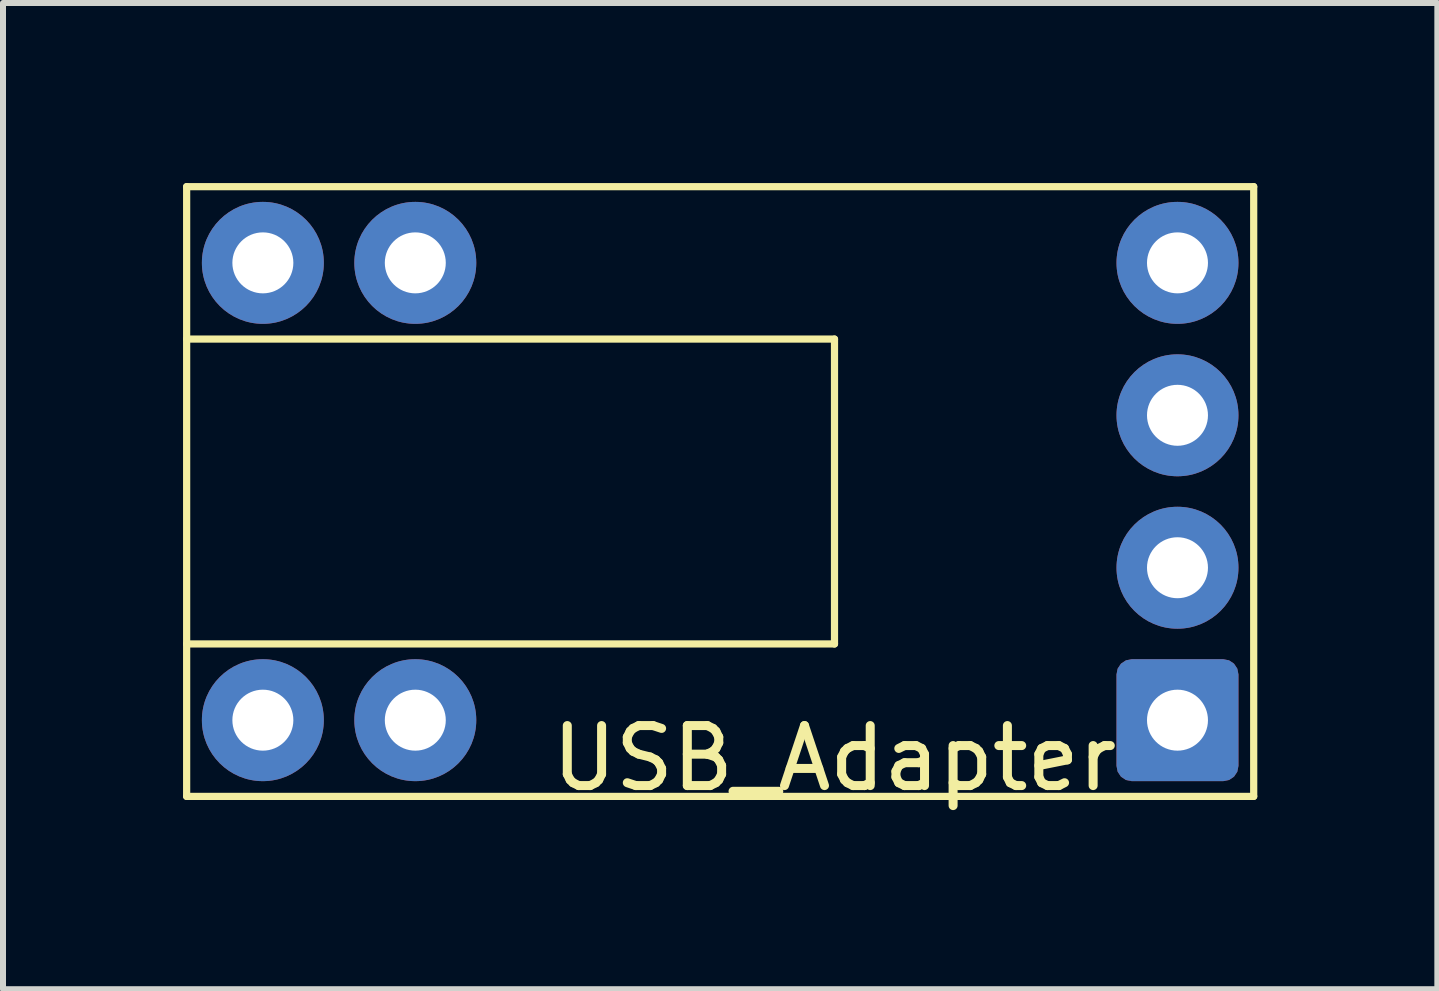
<source format=kicad_pcb>
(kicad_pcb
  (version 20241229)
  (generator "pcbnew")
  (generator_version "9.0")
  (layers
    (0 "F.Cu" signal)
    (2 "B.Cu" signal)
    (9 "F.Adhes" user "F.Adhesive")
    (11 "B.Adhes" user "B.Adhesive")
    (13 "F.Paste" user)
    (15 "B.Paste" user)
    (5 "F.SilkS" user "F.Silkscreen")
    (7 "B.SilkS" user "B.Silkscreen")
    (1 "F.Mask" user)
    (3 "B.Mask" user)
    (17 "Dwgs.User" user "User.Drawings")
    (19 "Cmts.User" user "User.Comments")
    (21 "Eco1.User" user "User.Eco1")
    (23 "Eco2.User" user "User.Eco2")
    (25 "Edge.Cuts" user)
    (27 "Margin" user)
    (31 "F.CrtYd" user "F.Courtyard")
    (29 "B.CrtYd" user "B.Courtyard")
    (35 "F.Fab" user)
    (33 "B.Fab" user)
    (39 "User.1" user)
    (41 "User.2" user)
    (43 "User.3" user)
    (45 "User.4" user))
  (footprint "USB_Adapter"
    (layer "F.Cu")
    (at 10.855 5.14)
    (property "Reference" "USB_Adapter" (at 0 4.445 0) (layer "F.SilkS") (effects (font (size 1 1) (thickness 0.15))))
    (attr through_hole)
    (fp_line (start -10.795 -5.08) (end 6.985 -5.08) (stroke (width 0.12) (type solid)) (layer "F.SilkS"))
    (fp_line (start -10.795 -2.54) (end 0 -2.54) (stroke (width 0.12) (type solid)) (layer "F.SilkS"))
    (fp_line (start -10.795 5.08) (end -10.795 -5.08) (stroke (width 0.12) (type solid)) (layer "F.SilkS"))
    (fp_line (start 0 -2.54) (end 0 2.54) (stroke (width 0.12) (type solid)) (layer "F.SilkS"))
    (fp_line (start 0 2.54) (end -10.795 2.54) (stroke (width 0.12) (type solid)) (layer "F.SilkS"))
    (fp_line (start 6.985 -5.08) (end 6.985 5.08) (stroke (width 0.12) (type solid)) (layer "F.SilkS"))
    (fp_line (start 6.985 5.08) (end -10.795 5.08) (stroke (width 0.12) (type solid)) (layer "F.SilkS"))
    (pad "1" thru_hole roundrect (at 5.715 3.81) (size 2.032 2.032) (drill 1.016) (layers "*.Cu" "*.Mask") (roundrect_rratio 0.125))
    (pad "2" thru_hole circle (at 5.715 1.27) (size 2.032 2.032) (drill 1.016) (layers "*.Cu" "*.Mask"))
    (pad "3" thru_hole circle (at 5.715 -1.27) (size 2.032 2.032) (drill 1.016) (layers "*.Cu" "*.Mask"))
    (pad "4" thru_hole circle (at 5.715 -3.81) (size 2.032 2.032) (drill 1.016) (layers "*.Cu" "*.Mask"))
    (pad "5" thru_hole circle (at -9.525 -3.81) (size 2.032 2.032) (drill 1.016) (layers "*.Cu" "*.Mask"))
    (pad "5" thru_hole circle (at -9.525 3.81) (size 2.032 2.032) (drill 1.016) (layers "*.Cu" "*.Mask"))
    (pad "5" thru_hole circle (at -6.985 -3.81) (size 2.032 2.032) (drill 1.016) (layers "*.Cu" "*.Mask"))
    (pad "5" thru_hole circle (at -6.985 3.81) (size 2.032 2.032) (drill 1.016) (layers "*.Cu" "*.Mask")))
  (gr_rect
    (start -3 -3)
    (end 20.9 13.433)
    (stroke (width 0.1) (type default))
    (fill no)
    (layer "Edge.Cuts")))
</source>
